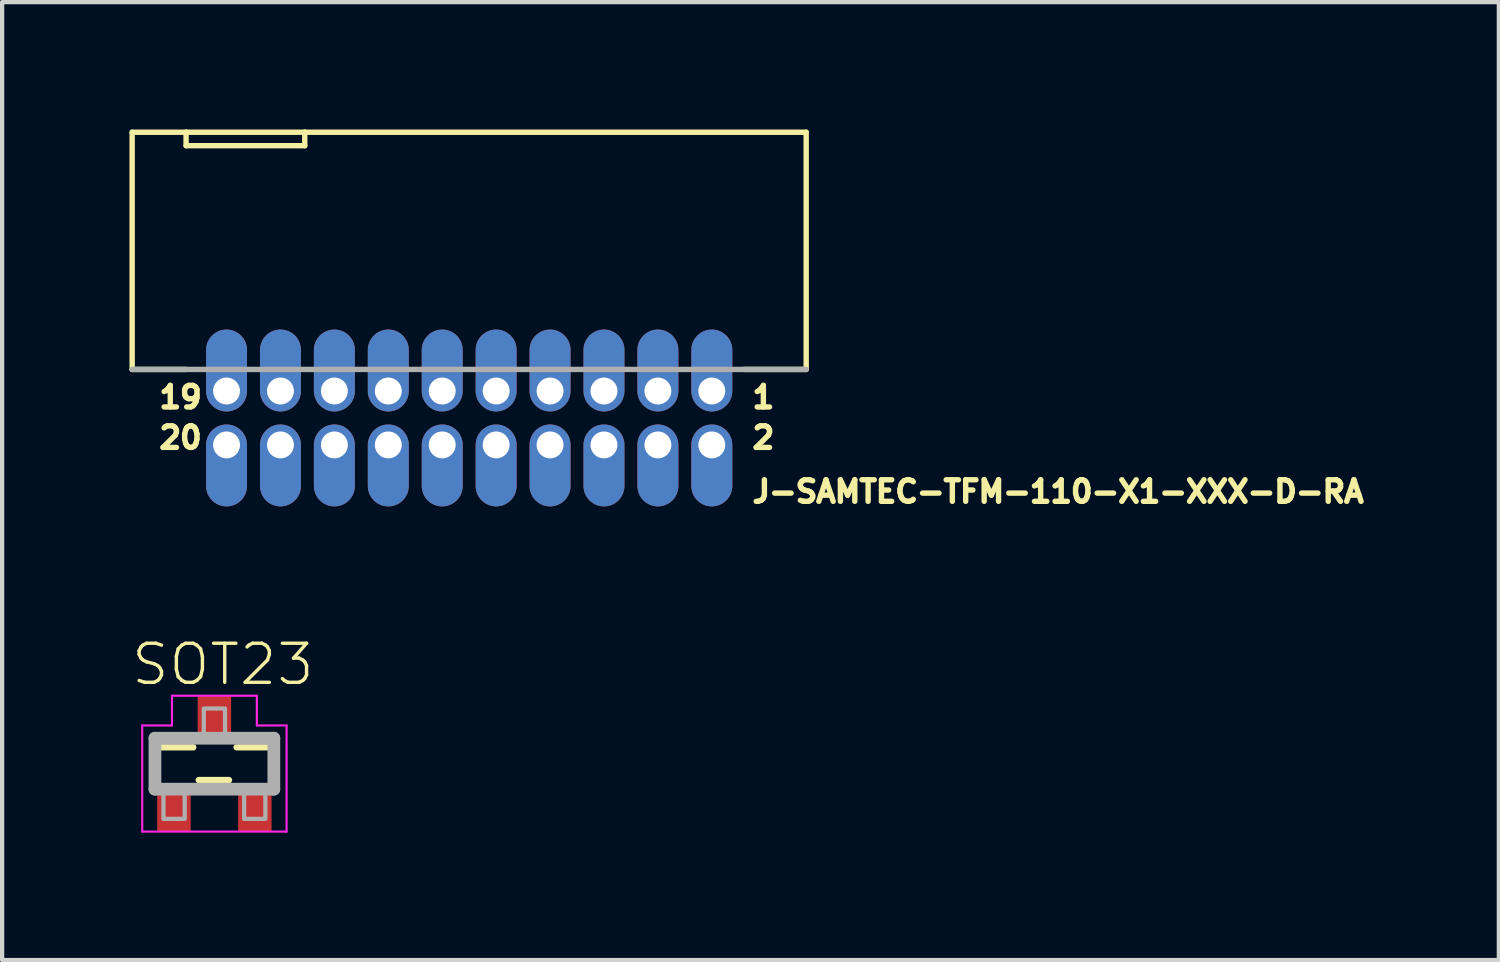
<source format=kicad_pcb>
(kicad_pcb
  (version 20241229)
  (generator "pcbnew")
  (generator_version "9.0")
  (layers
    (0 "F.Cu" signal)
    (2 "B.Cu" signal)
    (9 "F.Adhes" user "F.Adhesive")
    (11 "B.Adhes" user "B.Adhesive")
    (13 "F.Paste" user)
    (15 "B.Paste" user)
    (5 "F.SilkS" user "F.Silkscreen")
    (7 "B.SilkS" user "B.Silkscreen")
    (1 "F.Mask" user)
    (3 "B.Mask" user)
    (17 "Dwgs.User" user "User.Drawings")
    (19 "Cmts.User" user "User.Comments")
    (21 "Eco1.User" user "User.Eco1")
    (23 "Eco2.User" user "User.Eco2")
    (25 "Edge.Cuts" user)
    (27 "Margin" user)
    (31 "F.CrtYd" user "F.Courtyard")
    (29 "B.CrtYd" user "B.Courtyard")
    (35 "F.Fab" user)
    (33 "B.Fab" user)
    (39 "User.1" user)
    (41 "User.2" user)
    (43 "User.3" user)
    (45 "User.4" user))
  (footprint "J-SAMTEC-TFM-110-X1-XXX-D-RA"
    (layer "F.Cu")
    (at 8.001 6.795)
    (property "Reference" "J-SAMTEC-TFM-110-X1-XXX-D-RA" (at 6.604 2.032 0) (layer "F.SilkS") (effects (font (size 0.508 0.508) (thickness 0.127)) (justify left bottom)))
    (fp_line (start -7.938 -6.731) (end -6.668 -6.731) (stroke (width 0.127) (type solid)) (layer "F.SilkS"))
    (fp_line (start -7.938 -1.143) (end -7.938 -6.731) (stroke (width 0.127) (type solid)) (layer "F.SilkS"))
    (fp_line (start -7.938 -1.143) (end -6.668 -1.143) (stroke (width 0.127) (type solid)) (layer "F.SilkS"))
    (fp_line (start -6.668 -6.731) (end -6.668 -6.413) (stroke (width 0.127) (type solid)) (layer "F.SilkS"))
    (fp_line (start -6.668 -6.731) (end -3.873 -6.731) (stroke (width 0.127) (type solid)) (layer "F.SilkS"))
    (fp_line (start -6.668 -6.413) (end -3.873 -6.413) (stroke (width 0.127) (type solid)) (layer "F.SilkS"))
    (fp_line (start -3.873 -6.731) (end 7.938 -6.731) (stroke (width 0.127) (type solid)) (layer "F.SilkS"))
    (fp_line (start -3.873 -6.413) (end -3.873 -6.731) (stroke (width 0.127) (type solid)) (layer "F.SilkS"))
    (fp_line (start 6.477 -1.143) (end 7.938 -1.143) (stroke (width 0.127) (type solid)) (layer "F.SilkS"))
    (fp_line (start 7.938 -6.731) (end 7.938 -1.143) (stroke (width 0.127) (type solid)) (layer "F.SilkS"))
    (fp_line (start -7.938 -1.143) (end 7.938 -1.143) (stroke (width 0.127) (type solid)) (layer "F.Fab"))
    (fp_text user "20" (at -7.366 0.762 0) (layer "F.SilkS") (effects (font (size 0.508 0.508) (thickness 0.127)) (justify left bottom)))
    (fp_text user "1" (at 6.604 -0.191 0) (layer "F.SilkS") (effects (font (size 0.508 0.508) (thickness 0.127)) (justify left bottom)))
    (fp_text user "2" (at 6.604 0.762 0) (layer "F.SilkS") (effects (font (size 0.508 0.508) (thickness 0.127)) (justify left bottom)))
    (fp_text user "19" (at -7.366 -0.191 0) (layer "F.SilkS") (effects (font (size 0.508 0.508) (thickness 0.127)) (justify left bottom)))
    (pad "1" thru_hole oval (at 5.715 -0.635 90) (size 1.93 0.965) (drill 0.635 (offset 0.483 0)) (layers "*.Cu" "*.Mask"))
    (pad "2" thru_hole oval (at 5.715 0.635 270) (size 1.93 0.965) (drill 0.635 (offset 0.483 0)) (layers "*.Cu" "*.Mask"))
    (pad "3" thru_hole oval (at 4.445 -0.635 90) (size 1.93 0.965) (drill 0.635 (offset 0.483 0)) (layers "*.Cu" "*.Mask"))
    (pad "4" thru_hole oval (at 4.445 0.635 270) (size 1.93 0.965) (drill 0.635 (offset 0.483 0)) (layers "*.Cu" "*.Mask"))
    (pad "5" thru_hole oval (at 3.175 -0.635 90) (size 1.93 0.965) (drill 0.635 (offset 0.483 0)) (layers "*.Cu" "*.Mask"))
    (pad "6" thru_hole oval (at 3.175 0.635 270) (size 1.93 0.965) (drill 0.635 (offset 0.483 0)) (layers "*.Cu" "*.Mask"))
    (pad "7" thru_hole oval (at 1.905 -0.635 90) (size 1.93 0.965) (drill 0.635 (offset 0.483 0)) (layers "*.Cu" "*.Mask"))
    (pad "8" thru_hole oval (at 1.905 0.635 270) (size 1.93 0.965) (drill 0.635 (offset 0.483 0)) (layers "*.Cu" "*.Mask"))
    (pad "9" thru_hole oval (at 0.635 -0.635 90) (size 1.93 0.965) (drill 0.635 (offset 0.483 0)) (layers "*.Cu" "*.Mask"))
    (pad "10" thru_hole oval (at 0.635 0.635 270) (size 1.93 0.965) (drill 0.635 (offset 0.483 0)) (layers "*.Cu" "*.Mask"))
    (pad "11" thru_hole oval (at -0.635 -0.635 90) (size 1.93 0.965) (drill 0.635 (offset 0.483 0)) (layers "*.Cu" "*.Mask"))
    (pad "12" thru_hole oval (at -0.635 0.635 270) (size 1.93 0.965) (drill 0.635 (offset 0.483 0)) (layers "*.Cu" "*.Mask"))
    (pad "13" thru_hole oval (at -1.905 -0.635 90) (size 1.93 0.965) (drill 0.635 (offset 0.483 0)) (layers "*.Cu" "*.Mask"))
    (pad "14" thru_hole oval (at -1.905 0.635 270) (size 1.93 0.965) (drill 0.635 (offset 0.483 0)) (layers "*.Cu" "*.Mask"))
    (pad "15" thru_hole oval (at -3.175 -0.635 90) (size 1.93 0.965) (drill 0.635 (offset 0.483 0)) (layers "*.Cu" "*.Mask"))
    (pad "16" thru_hole oval (at -3.175 0.635 270) (size 1.93 0.965) (drill 0.635 (offset 0.483 0)) (layers "*.Cu" "*.Mask"))
    (pad "17" thru_hole oval (at -4.445 -0.635 90) (size 1.93 0.965) (drill 0.635 (offset 0.483 0)) (layers "*.Cu" "*.Mask"))
    (pad "18" thru_hole oval (at -4.445 0.635 270) (size 1.93 0.965) (drill 0.635 (offset 0.483 0)) (layers "*.Cu" "*.Mask"))
    (pad "19" thru_hole oval (at -5.715 -0.635 90) (size 1.93 0.965) (drill 0.635 (offset 0.483 0)) (layers "*.Cu" "*.Mask"))
    (pad "20" thru_hole oval (at -5.715 0.635 270) (size 1.93 0.965) (drill 0.635 (offset 0.483 0)) (layers "*.Cu" "*.Mask")))
  (footprint "SOT23"
    (layer "F.Cu")
    (at 2 14.938)
    (property "Reference" "SOT23" (at -2 -1.8 0) (layer "F.SilkS") (effects (font (size 0.92 0.92) (thickness 0.08)) (justify left bottom)))
    (fp_line (start -1.387 -0.386) (end -0.498 -0.386) (stroke (width 0.15) (type solid)) (layer "F.SilkS"))
    (fp_line (start -1.387 0.368) (end -1.387 -0.386) (stroke (width 0.15) (type solid)) (layer "F.SilkS"))
    (fp_line (start -0.368 0.386) (end 0.343 0.386) (stroke (width 0.15) (type solid)) (layer "F.SilkS"))
    (fp_line (start 1.387 -0.386) (end 0.523 -0.386) (stroke (width 0.15) (type solid)) (layer "F.SilkS"))
    (fp_line (start 1.387 0.368) (end 1.387 -0.386) (stroke (width 0.15) (type solid)) (layer "F.SilkS"))
    (fp_line (start -1.7 -0.9) (end -1.7 1.6) (stroke (width 0.05) (type solid)) (layer "F.CrtYd"))
    (fp_line (start -1.7 1.6) (end 1.7 1.6) (stroke (width 0.05) (type solid)) (layer "F.CrtYd"))
    (fp_line (start -1 -1.6) (end -1 -0.9) (stroke (width 0.05) (type solid)) (layer "F.CrtYd"))
    (fp_line (start -1 -0.9) (end -1.7 -0.9) (stroke (width 0.05) (type solid)) (layer "F.CrtYd"))
    (fp_line (start 1 -1.6) (end -1 -1.6) (stroke (width 0.05) (type solid)) (layer "F.CrtYd"))
    (fp_line (start 1 -0.9) (end 1 -1.6) (stroke (width 0.05) (type solid)) (layer "F.CrtYd"))
    (fp_line (start 1.7 -0.9) (end 1 -0.9) (stroke (width 0.05) (type solid)) (layer "F.CrtYd"))
    (fp_line (start 1.7 1.6) (end 1.7 -0.9) (stroke (width 0.05) (type solid)) (layer "F.CrtYd"))
    (fp_line (start -1.4 -0.6) (end -1.4 0.6) (stroke (width 0.3) (type solid)) (layer "F.Fab"))
    (fp_line (start -1.4 0.6) (end 1.4 0.6) (stroke (width 0.3) (type solid)) (layer "F.Fab"))
    (fp_line (start 1.4 -0.6) (end -1.4 -0.6) (stroke (width 0.3) (type solid)) (layer "F.Fab"))
    (fp_line (start 1.4 0.6) (end 1.4 -0.6) (stroke (width 0.3) (type solid)) (layer "F.Fab"))
    (fp_poly (pts (xy -1.2 1.3) (xy -0.7 1.3) (xy -0.7 0.65) (xy -1.2 0.65)) (stroke (width 0.1) (type default)) (fill no) (layer "F.Fab"))
    (fp_poly (pts (xy -0.25 -0.65) (xy 0.25 -0.65) (xy 0.25 -1.3) (xy -0.25 -1.3)) (stroke (width 0.1) (type default)) (fill no) (layer "F.Fab"))
    (fp_poly (pts (xy 0.7 1.3) (xy 1.2 1.3) (xy 1.2 0.65) (xy 0.7 0.65)) (stroke (width 0.1) (type default)) (fill no) (layer "F.Fab"))
    (pad "1" smd rect (at -0.953 1.143) (size 0.787 0.889) (layers "F.Cu" "F.Mask" "F.Paste"))
    (pad "2" smd rect (at 0.953 1.143) (size 0.787 0.889) (layers "F.Cu" "F.Mask" "F.Paste"))
    (pad "3" smd rect (at 0 -1.143) (size 0.787 0.889) (layers "F.Cu" "F.Mask" "F.Paste")))
  (gr_rect
    (start -3 -3)
    (end 32.254 19.563)
    (stroke (width 0.1) (type default))
    (fill no)
    (layer "Edge.Cuts")))
</source>
